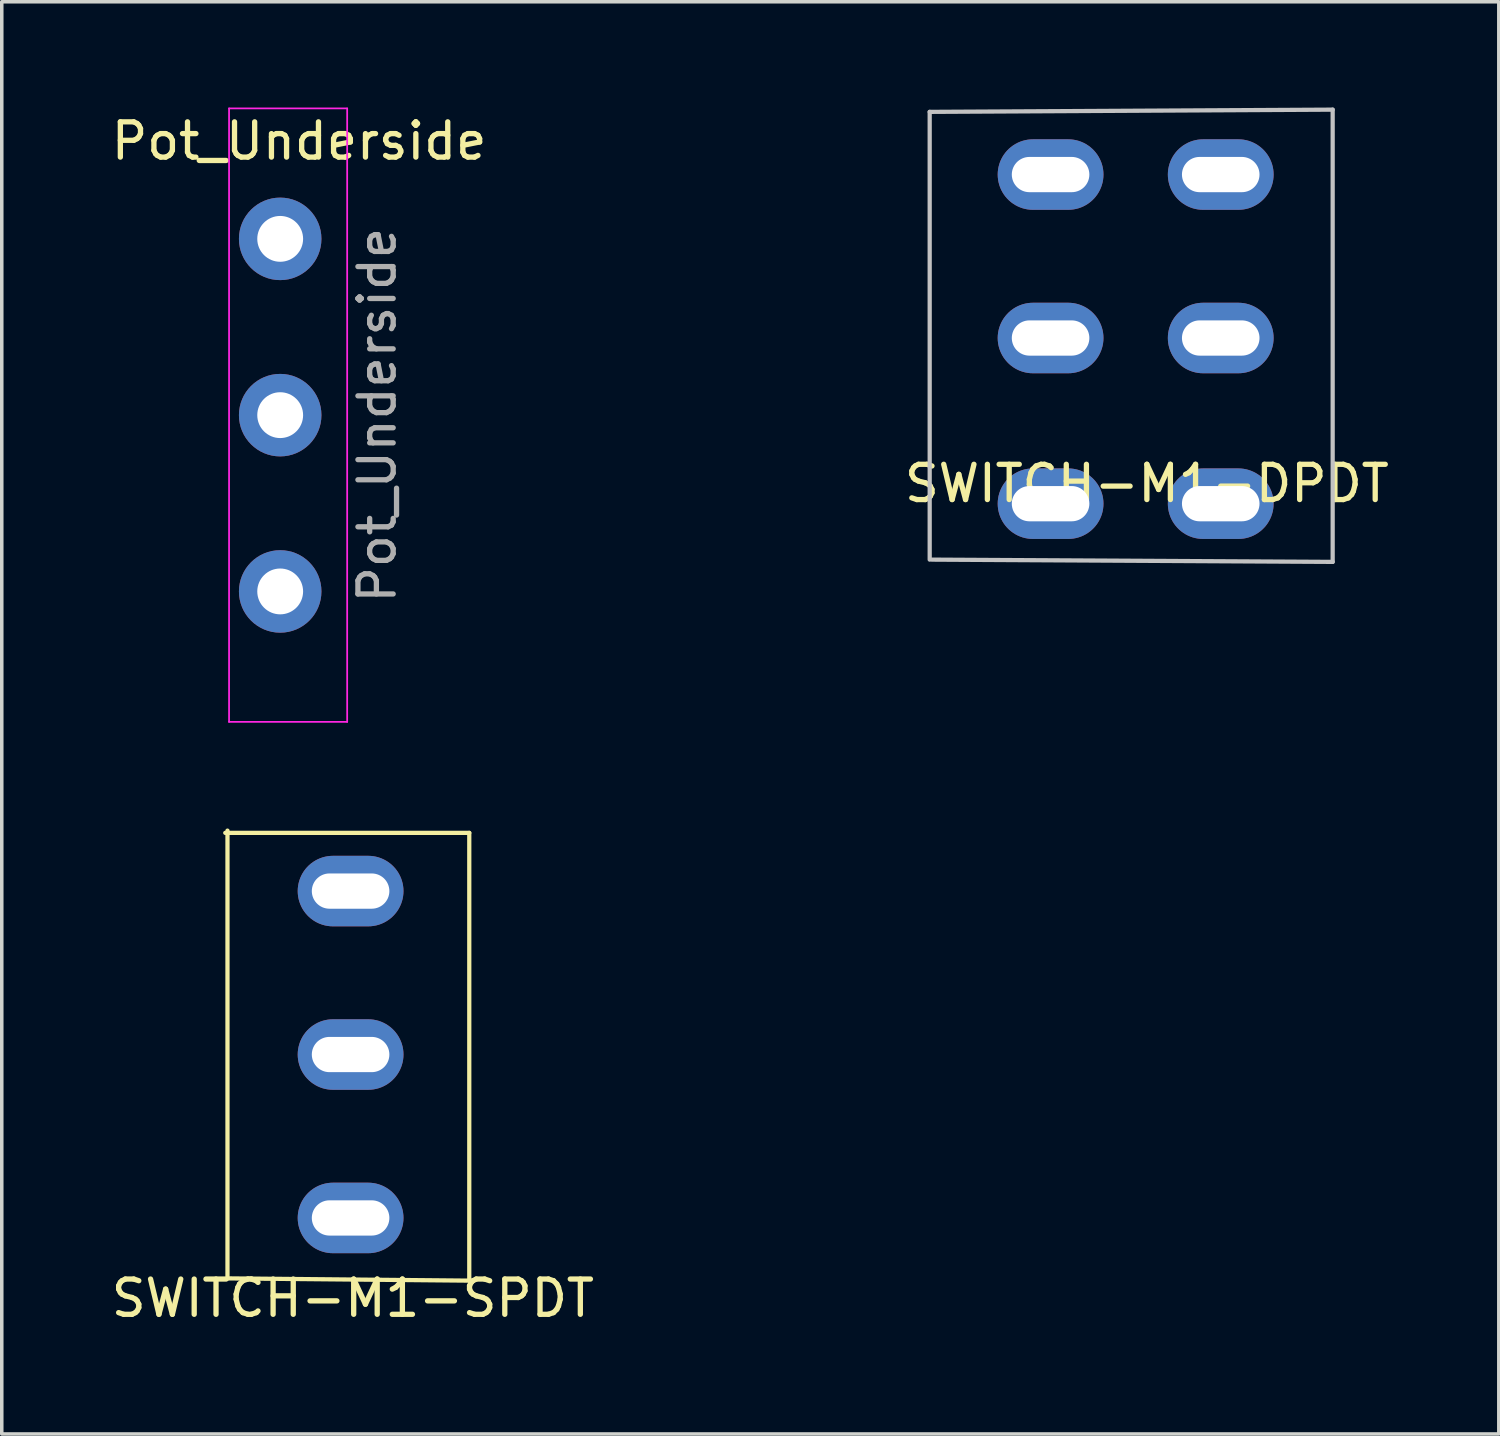
<source format=kicad_pcb>
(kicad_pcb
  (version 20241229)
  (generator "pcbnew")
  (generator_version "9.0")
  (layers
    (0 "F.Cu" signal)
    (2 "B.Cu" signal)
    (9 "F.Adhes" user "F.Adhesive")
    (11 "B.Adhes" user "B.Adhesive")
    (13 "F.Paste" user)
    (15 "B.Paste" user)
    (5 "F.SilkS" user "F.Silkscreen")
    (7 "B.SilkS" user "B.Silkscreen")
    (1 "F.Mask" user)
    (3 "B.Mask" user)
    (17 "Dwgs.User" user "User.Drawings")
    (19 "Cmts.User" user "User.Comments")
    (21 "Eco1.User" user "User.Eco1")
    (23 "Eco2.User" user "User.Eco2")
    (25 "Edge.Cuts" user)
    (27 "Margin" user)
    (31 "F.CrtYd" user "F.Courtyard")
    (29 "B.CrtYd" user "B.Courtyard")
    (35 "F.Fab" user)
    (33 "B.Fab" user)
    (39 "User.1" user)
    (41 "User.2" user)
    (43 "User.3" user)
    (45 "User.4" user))
  (footprint "Pot_Underside"
    (layer "F.Cu")
    (at 4.897 13.725)
    (property "Reference" "Pot_Underside" (at 0.538 -12.774 0) (layer "F.SilkS") (effects (font (size 1 1) (thickness 0.15))))
    (attr through_hole)
    (fp_circle (center 12.55 -5) (end 14.55 -5) (stroke (width 0.1) (type solid)) (fill no) (layer "Eco1.User"))
    (fp_line (start -1.45 -13.7) (end -1.45 3.7) (stroke (width 0.05) (type solid)) (layer "F.CrtYd"))
    (fp_line (start -1.45 3.7) (end 1.9 3.7) (stroke (width 0.05) (type solid)) (layer "F.CrtYd"))
    (fp_line (start 1.9 -13.7) (end -1.45 -13.7) (stroke (width 0.05) (type solid)) (layer "F.CrtYd"))
    (fp_line (start 1.9 3.7) (end 1.9 -13.7) (stroke (width 0.05) (type solid)) (layer "F.CrtYd"))
    (fp_text user "${REFERENCE}" (at 2.75 -5 90) (layer "F.Fab") (effects (font (size 1 1) (thickness 0.15))))
    (pad "1" thru_hole circle (at 0 0) (size 2.34 2.34) (drill 1.3) (layers "*.Cu" "*.Mask"))
    (pad "2" thru_hole circle (at 0 -5) (size 2.34 2.34) (drill 1.3) (layers "*.Cu" "*.Mask"))
    (pad "3" thru_hole circle (at 0 -10) (size 2.34 2.34) (drill 1.3) (layers "*.Cu" "*.Mask")))
  (footprint "SWITCH-M1-SPDT"
    (layer "F.Cu")
    (at 6.958 33.273)
    (property "Reference" "SWITCH-M1-SPDT" (at 0 0.5 0) (layer "F.SilkS") (effects (font (size 1 1) (thickness 0.15))))
    (attr through_hole)
    (fp_line (start -3.556 -12.764) (end -3.556 -0.064) (stroke (width 0.12) (type solid)) (layer "F.SilkS"))
    (fp_line (start -3.556 -0.064) (end 3.302 0) (stroke (width 0.12) (type solid)) (layer "F.SilkS"))
    (fp_line (start 3.302 -12.7) (end -3.619 -12.7) (stroke (width 0.12) (type solid)) (layer "F.SilkS"))
    (fp_line (start 3.302 0) (end 3.302 -12.7) (stroke (width 0.12) (type solid)) (layer "F.SilkS"))
    (pad "1" thru_hole oval (at -0.064 -11.049) (size 3 2) (drill oval 2.2 1) (layers "*.Cu" "*.Mask"))
    (pad "2" thru_hole oval (at -0.064 -6.413) (size 3 2) (drill oval 2.2 1) (layers "*.Cu" "*.Mask"))
    (pad "3" thru_hole oval (at -0.064 -1.778) (size 3 2) (drill oval 2.2 1) (layers "*.Cu" "*.Mask")))
  (footprint "SWITCH-M1-DPDT"
    (layer "F.Cu")
    (at 29.034 12.887)
    (property "Reference" "SWITCH-M1-DPDT" (at 0.445 -2.223 180) (layer "F.SilkS") (effects (font (size 1 1) (thickness 0.15))))
    (attr through_hole)
    (fp_line (start -5.715 -12.764) (end 5.715 -12.827) (stroke (width 0.12) (type solid)) (layer "Dwgs.User"))
    (fp_line (start -5.715 -0.064) (end -5.715 -12.764) (stroke (width 0.12) (type solid)) (layer "Dwgs.User"))
    (fp_line (start 5.715 -12.827) (end 5.715 0) (stroke (width 0.12) (type solid)) (layer "Dwgs.User"))
    (fp_line (start 5.715 0) (end -5.652 -0.064) (stroke (width 0.12) (type solid)) (layer "Dwgs.User"))
    (pad "1" thru_hole oval (at -2.286 -10.986) (size 3 2) (drill oval 2.2 1) (layers "*.Cu" "*.Mask"))
    (pad "2" thru_hole oval (at -2.286 -6.35) (size 3 2) (drill oval 2.2 1) (layers "*.Cu" "*.Mask"))
    (pad "3" thru_hole oval (at -2.286 -1.651) (size 3 2) (drill oval 2.2 1) (layers "*.Cu" "*.Mask"))
    (pad "4" thru_hole oval (at 2.54 -10.986) (size 3 2) (drill oval 2.2 1) (layers "*.Cu" "*.Mask"))
    (pad "5" thru_hole oval (at 2.54 -6.35) (size 3 2) (drill oval 2.2 1) (layers "*.Cu" "*.Mask"))
    (pad "6" thru_hole oval (at 2.54 -1.651) (size 3 2) (drill oval 2.2 1) (layers "*.Cu" "*.Mask")))
  (gr_rect
    (start -3 -3)
    (end 39.461 37.622)
    (stroke (width 0.1) (type default))
    (fill no)
    (layer "Edge.Cuts")))
</source>
